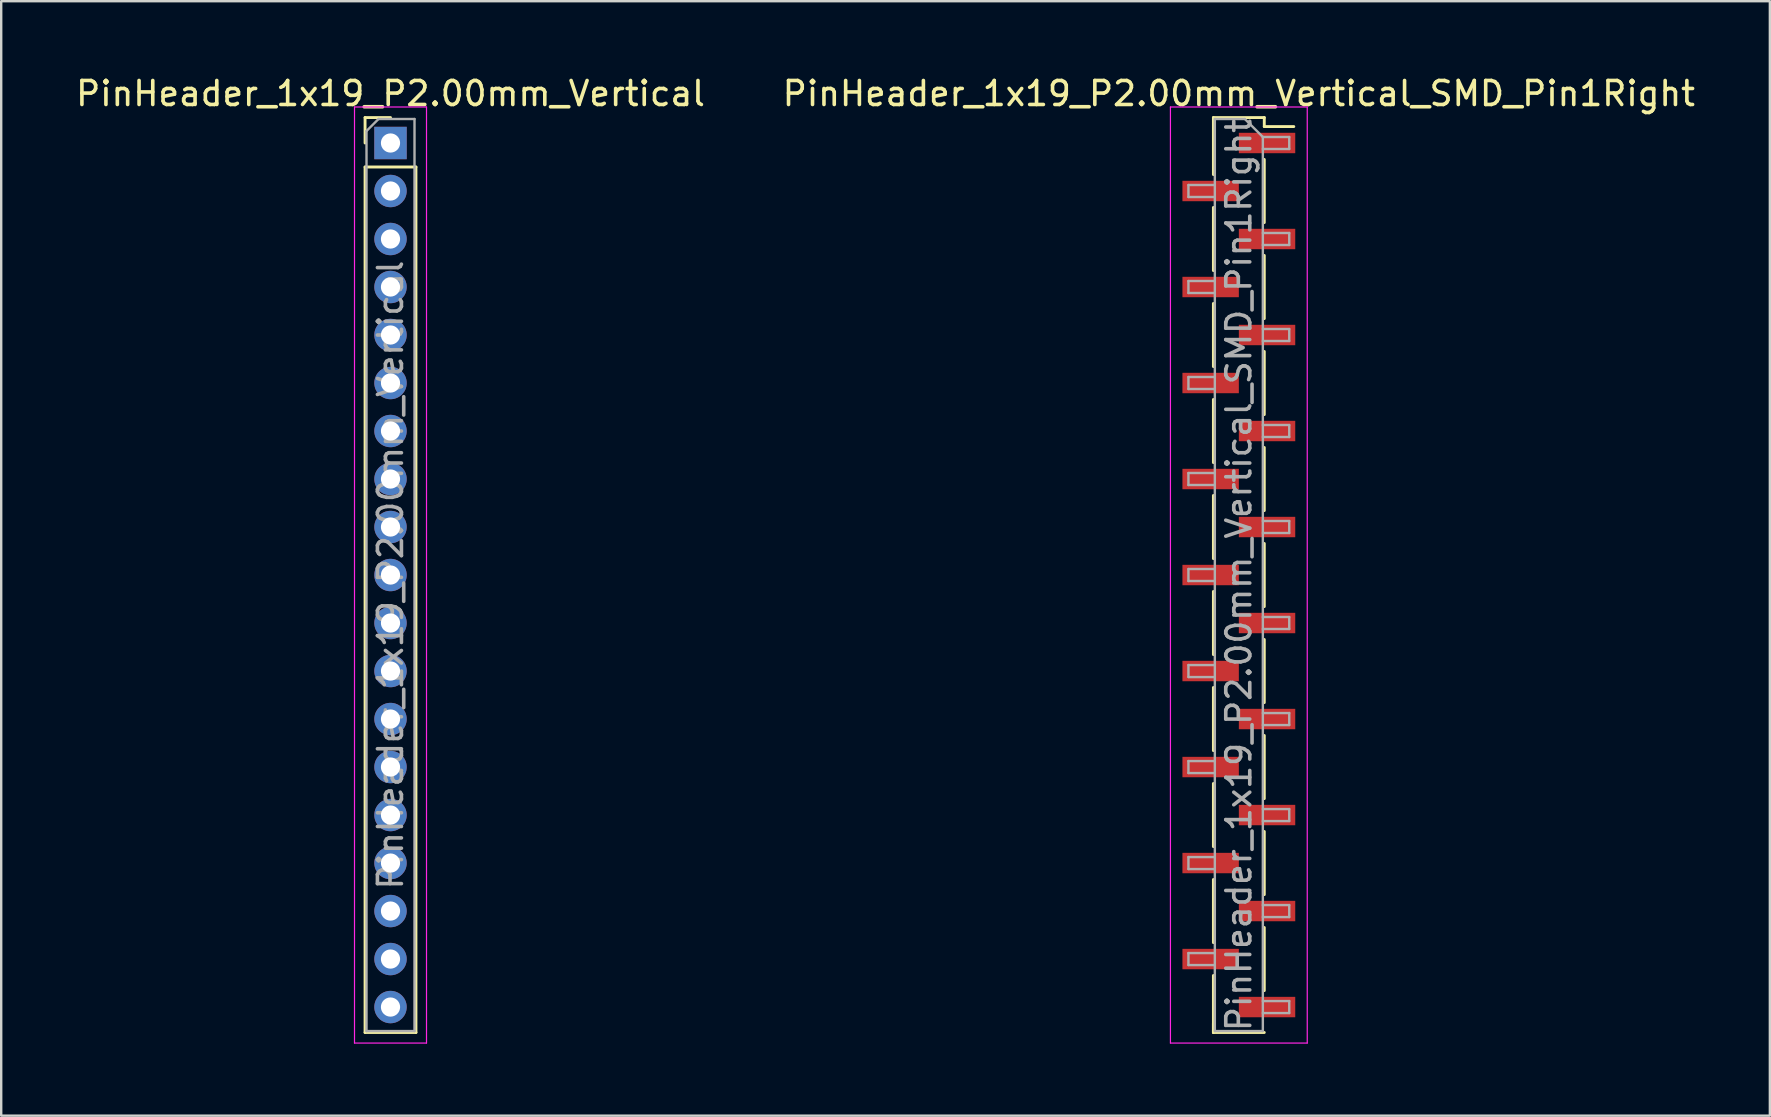
<source format=kicad_pcb>
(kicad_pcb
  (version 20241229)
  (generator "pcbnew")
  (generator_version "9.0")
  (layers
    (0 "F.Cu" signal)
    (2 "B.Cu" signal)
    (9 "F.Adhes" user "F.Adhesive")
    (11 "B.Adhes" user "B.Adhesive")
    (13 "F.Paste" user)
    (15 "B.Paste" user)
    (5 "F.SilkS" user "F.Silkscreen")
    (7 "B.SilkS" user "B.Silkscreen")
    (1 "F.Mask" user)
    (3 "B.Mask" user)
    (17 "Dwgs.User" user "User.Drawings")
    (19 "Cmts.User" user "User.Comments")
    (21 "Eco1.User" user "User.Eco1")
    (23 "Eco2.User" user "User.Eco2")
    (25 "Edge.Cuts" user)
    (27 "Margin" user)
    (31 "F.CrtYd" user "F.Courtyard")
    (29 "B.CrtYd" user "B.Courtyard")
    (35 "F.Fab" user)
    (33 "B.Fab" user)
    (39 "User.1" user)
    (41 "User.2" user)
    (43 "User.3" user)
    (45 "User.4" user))
  (footprint "PinHeader_1x19_P2.00mm_Vertical"
    (layer "F.Cu")
    (at 13.22 2.908)
    (property "Reference" "PinHeader_1x19_P2.00mm_Vertical" (at 0 -2.06 0) (layer "F.SilkS") (effects (font (size 1 1) (thickness 0.15))))
    (attr through_hole)
    (fp_line (start -1.06 -1.06) (end 0 -1.06) (stroke (width 0.12) (type solid)) (layer "F.SilkS"))
    (fp_line (start -1.06 0) (end -1.06 -1.06) (stroke (width 0.12) (type solid)) (layer "F.SilkS"))
    (fp_line (start -1.06 1) (end -1.06 37.06) (stroke (width 0.12) (type solid)) (layer "F.SilkS"))
    (fp_line (start -1.06 1) (end 1.06 1) (stroke (width 0.12) (type solid)) (layer "F.SilkS"))
    (fp_line (start -1.06 37.06) (end 1.06 37.06) (stroke (width 0.12) (type solid)) (layer "F.SilkS"))
    (fp_line (start 1.06 1) (end 1.06 37.06) (stroke (width 0.12) (type solid)) (layer "F.SilkS"))
    (fp_line (start -1.5 -1.5) (end -1.5 37.5) (stroke (width 0.05) (type solid)) (layer "F.CrtYd"))
    (fp_line (start -1.5 37.5) (end 1.5 37.5) (stroke (width 0.05) (type solid)) (layer "F.CrtYd"))
    (fp_line (start 1.5 -1.5) (end -1.5 -1.5) (stroke (width 0.05) (type solid)) (layer "F.CrtYd"))
    (fp_line (start 1.5 37.5) (end 1.5 -1.5) (stroke (width 0.05) (type solid)) (layer "F.CrtYd"))
    (fp_line (start -1 -0.5) (end -0.5 -1) (stroke (width 0.1) (type solid)) (layer "F.Fab"))
    (fp_line (start -1 37) (end -1 -0.5) (stroke (width 0.1) (type solid)) (layer "F.Fab"))
    (fp_line (start -0.5 -1) (end 1 -1) (stroke (width 0.1) (type solid)) (layer "F.Fab"))
    (fp_line (start 1 -1) (end 1 37) (stroke (width 0.1) (type solid)) (layer "F.Fab"))
    (fp_line (start 1 37) (end -1 37) (stroke (width 0.1) (type solid)) (layer "F.Fab"))
    (fp_text user "${REFERENCE}" (at 0 18 90) (layer "F.Fab") (effects (font (size 1 1) (thickness 0.15))))
    (pad "1" thru_hole rect (at 0 0) (size 1.35 1.35) (drill 0.8) (layers "*.Cu" "*.Mask"))
    (pad "2" thru_hole oval (at 0 2) (size 1.35 1.35) (drill 0.8) (layers "*.Cu" "*.Mask"))
    (pad "3" thru_hole oval (at 0 4) (size 1.35 1.35) (drill 0.8) (layers "*.Cu" "*.Mask"))
    (pad "4" thru_hole oval (at 0 6) (size 1.35 1.35) (drill 0.8) (layers "*.Cu" "*.Mask"))
    (pad "5" thru_hole oval (at 0 8) (size 1.35 1.35) (drill 0.8) (layers "*.Cu" "*.Mask"))
    (pad "6" thru_hole oval (at 0 10) (size 1.35 1.35) (drill 0.8) (layers "*.Cu" "*.Mask"))
    (pad "7" thru_hole oval (at 0 12) (size 1.35 1.35) (drill 0.8) (layers "*.Cu" "*.Mask"))
    (pad "8" thru_hole oval (at 0 14) (size 1.35 1.35) (drill 0.8) (layers "*.Cu" "*.Mask"))
    (pad "9" thru_hole oval (at 0 16) (size 1.35 1.35) (drill 0.8) (layers "*.Cu" "*.Mask"))
    (pad "10" thru_hole oval (at 0 18) (size 1.35 1.35) (drill 0.8) (layers "*.Cu" "*.Mask"))
    (pad "11" thru_hole oval (at 0 20) (size 1.35 1.35) (drill 0.8) (layers "*.Cu" "*.Mask"))
    (pad "12" thru_hole oval (at 0 22) (size 1.35 1.35) (drill 0.8) (layers "*.Cu" "*.Mask"))
    (pad "13" thru_hole oval (at 0 24) (size 1.35 1.35) (drill 0.8) (layers "*.Cu" "*.Mask"))
    (pad "14" thru_hole oval (at 0 26) (size 1.35 1.35) (drill 0.8) (layers "*.Cu" "*.Mask"))
    (pad "15" thru_hole oval (at 0 28) (size 1.35 1.35) (drill 0.8) (layers "*.Cu" "*.Mask"))
    (pad "16" thru_hole oval (at 0 30) (size 1.35 1.35) (drill 0.8) (layers "*.Cu" "*.Mask"))
    (pad "17" thru_hole oval (at 0 32) (size 1.35 1.35) (drill 0.8) (layers "*.Cu" "*.Mask"))
    (pad "18" thru_hole oval (at 0 34) (size 1.35 1.35) (drill 0.8) (layers "*.Cu" "*.Mask"))
    (pad "19" thru_hole oval (at 0 36) (size 1.35 1.35) (drill 0.8) (layers "*.Cu" "*.Mask")))
  (footprint "PinHeader_1x19_P2.00mm_Vertical_SMD_Pin1Right"
    (layer "F.Cu")
    (at 48.565 20.908)
    (property "Reference" "PinHeader_1x19_P2.00mm_Vertical_SMD_Pin1Right" (at 0 -20.06 0) (layer "F.SilkS") (effects (font (size 1 1) (thickness 0.15))))
    (attr smd)
    (fp_line (start -1.06 -19.06) (end -1.06 -16.685) (stroke (width 0.12) (type solid)) (layer "F.SilkS"))
    (fp_line (start -1.06 -19.06) (end 1.06 -19.06) (stroke (width 0.12) (type solid)) (layer "F.SilkS"))
    (fp_line (start -1.06 -15.315) (end -1.06 -12.685) (stroke (width 0.12) (type solid)) (layer "F.SilkS"))
    (fp_line (start -1.06 -11.315) (end -1.06 -8.685) (stroke (width 0.12) (type solid)) (layer "F.SilkS"))
    (fp_line (start -1.06 -7.315) (end -1.06 -4.685) (stroke (width 0.12) (type solid)) (layer "F.SilkS"))
    (fp_line (start -1.06 -3.315) (end -1.06 -0.685) (stroke (width 0.12) (type solid)) (layer "F.SilkS"))
    (fp_line (start -1.06 0.685) (end -1.06 3.315) (stroke (width 0.12) (type solid)) (layer "F.SilkS"))
    (fp_line (start -1.06 4.685) (end -1.06 7.315) (stroke (width 0.12) (type solid)) (layer "F.SilkS"))
    (fp_line (start -1.06 8.685) (end -1.06 11.315) (stroke (width 0.12) (type solid)) (layer "F.SilkS"))
    (fp_line (start -1.06 12.685) (end -1.06 15.315) (stroke (width 0.12) (type solid)) (layer "F.SilkS"))
    (fp_line (start -1.06 16.685) (end -1.06 19.06) (stroke (width 0.12) (type solid)) (layer "F.SilkS"))
    (fp_line (start -1.06 18.685) (end -1.06 19.06) (stroke (width 0.12) (type solid)) (layer "F.SilkS"))
    (fp_line (start -1.06 19.06) (end 1.06 19.06) (stroke (width 0.12) (type solid)) (layer "F.SilkS"))
    (fp_line (start 1.06 -19.06) (end 1.06 -18.685) (stroke (width 0.12) (type solid)) (layer "F.SilkS"))
    (fp_line (start 1.06 -18.685) (end 2.29 -18.685) (stroke (width 0.12) (type solid)) (layer "F.SilkS"))
    (fp_line (start 1.06 -17.315) (end 1.06 -14.685) (stroke (width 0.12) (type solid)) (layer "F.SilkS"))
    (fp_line (start 1.06 -13.315) (end 1.06 -10.685) (stroke (width 0.12) (type solid)) (layer "F.SilkS"))
    (fp_line (start 1.06 -9.315) (end 1.06 -6.685) (stroke (width 0.12) (type solid)) (layer "F.SilkS"))
    (fp_line (start 1.06 -5.315) (end 1.06 -2.685) (stroke (width 0.12) (type solid)) (layer "F.SilkS"))
    (fp_line (start 1.06 -1.315) (end 1.06 1.315) (stroke (width 0.12) (type solid)) (layer "F.SilkS"))
    (fp_line (start 1.06 2.685) (end 1.06 5.315) (stroke (width 0.12) (type solid)) (layer "F.SilkS"))
    (fp_line (start 1.06 6.685) (end 1.06 9.315) (stroke (width 0.12) (type solid)) (layer "F.SilkS"))
    (fp_line (start 1.06 10.685) (end 1.06 13.315) (stroke (width 0.12) (type solid)) (layer "F.SilkS"))
    (fp_line (start 1.06 14.685) (end 1.06 17.315) (stroke (width 0.12) (type solid)) (layer "F.SilkS"))
    (fp_line (start -2.85 -19.5) (end -2.85 19.5) (stroke (width 0.05) (type solid)) (layer "F.CrtYd"))
    (fp_line (start -2.85 19.5) (end 2.85 19.5) (stroke (width 0.05) (type solid)) (layer "F.CrtYd"))
    (fp_line (start 2.85 -19.5) (end -2.85 -19.5) (stroke (width 0.05) (type solid)) (layer "F.CrtYd"))
    (fp_line (start 2.85 19.5) (end 2.85 -19.5) (stroke (width 0.05) (type solid)) (layer "F.CrtYd"))
    (fp_line (start -2.1 -16.25) (end -2.1 -15.75) (stroke (width 0.1) (type solid)) (layer "F.Fab"))
    (fp_line (start -2.1 -15.75) (end -1 -15.75) (stroke (width 0.1) (type solid)) (layer "F.Fab"))
    (fp_line (start -2.1 -12.25) (end -2.1 -11.75) (stroke (width 0.1) (type solid)) (layer "F.Fab"))
    (fp_line (start -2.1 -11.75) (end -1 -11.75) (stroke (width 0.1) (type solid)) (layer "F.Fab"))
    (fp_line (start -2.1 -8.25) (end -2.1 -7.75) (stroke (width 0.1) (type solid)) (layer "F.Fab"))
    (fp_line (start -2.1 -7.75) (end -1 -7.75) (stroke (width 0.1) (type solid)) (layer "F.Fab"))
    (fp_line (start -2.1 -4.25) (end -2.1 -3.75) (stroke (width 0.1) (type solid)) (layer "F.Fab"))
    (fp_line (start -2.1 -3.75) (end -1 -3.75) (stroke (width 0.1) (type solid)) (layer "F.Fab"))
    (fp_line (start -2.1 -0.25) (end -2.1 0.25) (stroke (width 0.1) (type solid)) (layer "F.Fab"))
    (fp_line (start -2.1 0.25) (end -1 0.25) (stroke (width 0.1) (type solid)) (layer "F.Fab"))
    (fp_line (start -2.1 3.75) (end -2.1 4.25) (stroke (width 0.1) (type solid)) (layer "F.Fab"))
    (fp_line (start -2.1 4.25) (end -1 4.25) (stroke (width 0.1) (type solid)) (layer "F.Fab"))
    (fp_line (start -2.1 7.75) (end -2.1 8.25) (stroke (width 0.1) (type solid)) (layer "F.Fab"))
    (fp_line (start -2.1 8.25) (end -1 8.25) (stroke (width 0.1) (type solid)) (layer "F.Fab"))
    (fp_line (start -2.1 11.75) (end -2.1 12.25) (stroke (width 0.1) (type solid)) (layer "F.Fab"))
    (fp_line (start -2.1 12.25) (end -1 12.25) (stroke (width 0.1) (type solid)) (layer "F.Fab"))
    (fp_line (start -2.1 15.75) (end -2.1 16.25) (stroke (width 0.1) (type solid)) (layer "F.Fab"))
    (fp_line (start -2.1 16.25) (end -1 16.25) (stroke (width 0.1) (type solid)) (layer "F.Fab"))
    (fp_line (start -1 -19) (end -1 19) (stroke (width 0.1) (type solid)) (layer "F.Fab"))
    (fp_line (start -1 -19) (end 0.25 -19) (stroke (width 0.1) (type solid)) (layer "F.Fab"))
    (fp_line (start -1 -16.25) (end -2.1 -16.25) (stroke (width 0.1) (type solid)) (layer "F.Fab"))
    (fp_line (start -1 -12.25) (end -2.1 -12.25) (stroke (width 0.1) (type solid)) (layer "F.Fab"))
    (fp_line (start -1 -8.25) (end -2.1 -8.25) (stroke (width 0.1) (type solid)) (layer "F.Fab"))
    (fp_line (start -1 -4.25) (end -2.1 -4.25) (stroke (width 0.1) (type solid)) (layer "F.Fab"))
    (fp_line (start -1 -0.25) (end -2.1 -0.25) (stroke (width 0.1) (type solid)) (layer "F.Fab"))
    (fp_line (start -1 3.75) (end -2.1 3.75) (stroke (width 0.1) (type solid)) (layer "F.Fab"))
    (fp_line (start -1 7.75) (end -2.1 7.75) (stroke (width 0.1) (type solid)) (layer "F.Fab"))
    (fp_line (start -1 11.75) (end -2.1 11.75) (stroke (width 0.1) (type solid)) (layer "F.Fab"))
    (fp_line (start -1 15.75) (end -2.1 15.75) (stroke (width 0.1) (type solid)) (layer "F.Fab"))
    (fp_line (start 1 -18.25) (end 0.25 -19) (stroke (width 0.1) (type solid)) (layer "F.Fab"))
    (fp_line (start 1 -18.25) (end 2.1 -18.25) (stroke (width 0.1) (type solid)) (layer "F.Fab"))
    (fp_line (start 1 -14.25) (end 2.1 -14.25) (stroke (width 0.1) (type solid)) (layer "F.Fab"))
    (fp_line (start 1 -10.25) (end 2.1 -10.25) (stroke (width 0.1) (type solid)) (layer "F.Fab"))
    (fp_line (start 1 -6.25) (end 2.1 -6.25) (stroke (width 0.1) (type solid)) (layer "F.Fab"))
    (fp_line (start 1 -2.25) (end 2.1 -2.25) (stroke (width 0.1) (type solid)) (layer "F.Fab"))
    (fp_line (start 1 1.75) (end 2.1 1.75) (stroke (width 0.1) (type solid)) (layer "F.Fab"))
    (fp_line (start 1 5.75) (end 2.1 5.75) (stroke (width 0.1) (type solid)) (layer "F.Fab"))
    (fp_line (start 1 9.75) (end 2.1 9.75) (stroke (width 0.1) (type solid)) (layer "F.Fab"))
    (fp_line (start 1 13.75) (end 2.1 13.75) (stroke (width 0.1) (type solid)) (layer "F.Fab"))
    (fp_line (start 1 17.75) (end 2.1 17.75) (stroke (width 0.1) (type solid)) (layer "F.Fab"))
    (fp_line (start 1 19) (end -1 19) (stroke (width 0.1) (type solid)) (layer "F.Fab"))
    (fp_line (start 1 19) (end 1 -18.25) (stroke (width 0.1) (type solid)) (layer "F.Fab"))
    (fp_line (start 2.1 -18.25) (end 2.1 -17.75) (stroke (width 0.1) (type solid)) (layer "F.Fab"))
    (fp_line (start 2.1 -17.75) (end 1 -17.75) (stroke (width 0.1) (type solid)) (layer "F.Fab"))
    (fp_line (start 2.1 -14.25) (end 2.1 -13.75) (stroke (width 0.1) (type solid)) (layer "F.Fab"))
    (fp_line (start 2.1 -13.75) (end 1 -13.75) (stroke (width 0.1) (type solid)) (layer "F.Fab"))
    (fp_line (start 2.1 -10.25) (end 2.1 -9.75) (stroke (width 0.1) (type solid)) (layer "F.Fab"))
    (fp_line (start 2.1 -9.75) (end 1 -9.75) (stroke (width 0.1) (type solid)) (layer "F.Fab"))
    (fp_line (start 2.1 -6.25) (end 2.1 -5.75) (stroke (width 0.1) (type solid)) (layer "F.Fab"))
    (fp_line (start 2.1 -5.75) (end 1 -5.75) (stroke (width 0.1) (type solid)) (layer "F.Fab"))
    (fp_line (start 2.1 -2.25) (end 2.1 -1.75) (stroke (width 0.1) (type solid)) (layer "F.Fab"))
    (fp_line (start 2.1 -1.75) (end 1 -1.75) (stroke (width 0.1) (type solid)) (layer "F.Fab"))
    (fp_line (start 2.1 1.75) (end 2.1 2.25) (stroke (width 0.1) (type solid)) (layer "F.Fab"))
    (fp_line (start 2.1 2.25) (end 1 2.25) (stroke (width 0.1) (type solid)) (layer "F.Fab"))
    (fp_line (start 2.1 5.75) (end 2.1 6.25) (stroke (width 0.1) (type solid)) (layer "F.Fab"))
    (fp_line (start 2.1 6.25) (end 1 6.25) (stroke (width 0.1) (type solid)) (layer "F.Fab"))
    (fp_line (start 2.1 9.75) (end 2.1 10.25) (stroke (width 0.1) (type solid)) (layer "F.Fab"))
    (fp_line (start 2.1 10.25) (end 1 10.25) (stroke (width 0.1) (type solid)) (layer "F.Fab"))
    (fp_line (start 2.1 13.75) (end 2.1 14.25) (stroke (width 0.1) (type solid)) (layer "F.Fab"))
    (fp_line (start 2.1 14.25) (end 1 14.25) (stroke (width 0.1) (type solid)) (layer "F.Fab"))
    (fp_line (start 2.1 17.75) (end 2.1 18.25) (stroke (width 0.1) (type solid)) (layer "F.Fab"))
    (fp_line (start 2.1 18.25) (end 1 18.25) (stroke (width 0.1) (type solid)) (layer "F.Fab"))
    (fp_text user "${REFERENCE}" (at 0 0 90) (layer "F.Fab") (effects (font (size 1 1) (thickness 0.15))))
    (pad "1" smd rect (at 1.175 -18) (size 2.35 0.85) (layers "F.Cu" "F.Mask" "F.Paste"))
    (pad "2" smd rect (at -1.175 -16) (size 2.35 0.85) (layers "F.Cu" "F.Mask" "F.Paste"))
    (pad "3" smd rect (at 1.175 -14) (size 2.35 0.85) (layers "F.Cu" "F.Mask" "F.Paste"))
    (pad "4" smd rect (at -1.175 -12) (size 2.35 0.85) (layers "F.Cu" "F.Mask" "F.Paste"))
    (pad "5" smd rect (at 1.175 -10) (size 2.35 0.85) (layers "F.Cu" "F.Mask" "F.Paste"))
    (pad "6" smd rect (at -1.175 -8) (size 2.35 0.85) (layers "F.Cu" "F.Mask" "F.Paste"))
    (pad "7" smd rect (at 1.175 -6) (size 2.35 0.85) (layers "F.Cu" "F.Mask" "F.Paste"))
    (pad "8" smd rect (at -1.175 -4) (size 2.35 0.85) (layers "F.Cu" "F.Mask" "F.Paste"))
    (pad "9" smd rect (at 1.175 -2) (size 2.35 0.85) (layers "F.Cu" "F.Mask" "F.Paste"))
    (pad "10" smd rect (at -1.175 0) (size 2.35 0.85) (layers "F.Cu" "F.Mask" "F.Paste"))
    (pad "11" smd rect (at 1.175 2) (size 2.35 0.85) (layers "F.Cu" "F.Mask" "F.Paste"))
    (pad "12" smd rect (at -1.175 4) (size 2.35 0.85) (layers "F.Cu" "F.Mask" "F.Paste"))
    (pad "13" smd rect (at 1.175 6) (size 2.35 0.85) (layers "F.Cu" "F.Mask" "F.Paste"))
    (pad "14" smd rect (at -1.175 8) (size 2.35 0.85) (layers "F.Cu" "F.Mask" "F.Paste"))
    (pad "15" smd rect (at 1.175 10) (size 2.35 0.85) (layers "F.Cu" "F.Mask" "F.Paste"))
    (pad "16" smd rect (at -1.175 12) (size 2.35 0.85) (layers "F.Cu" "F.Mask" "F.Paste"))
    (pad "17" smd rect (at 1.175 14) (size 2.35 0.85) (layers "F.Cu" "F.Mask" "F.Paste"))
    (pad "18" smd rect (at -1.175 16) (size 2.35 0.85) (layers "F.Cu" "F.Mask" "F.Paste"))
    (pad "19" smd rect (at 1.175 18) (size 2.35 0.85) (layers "F.Cu" "F.Mask" "F.Paste")))
  (gr_rect
    (start -3 -3)
    (end 70.69 43.433)
    (stroke (width 0.1) (type default))
    (fill no)
    (layer "Edge.Cuts")))
</source>
